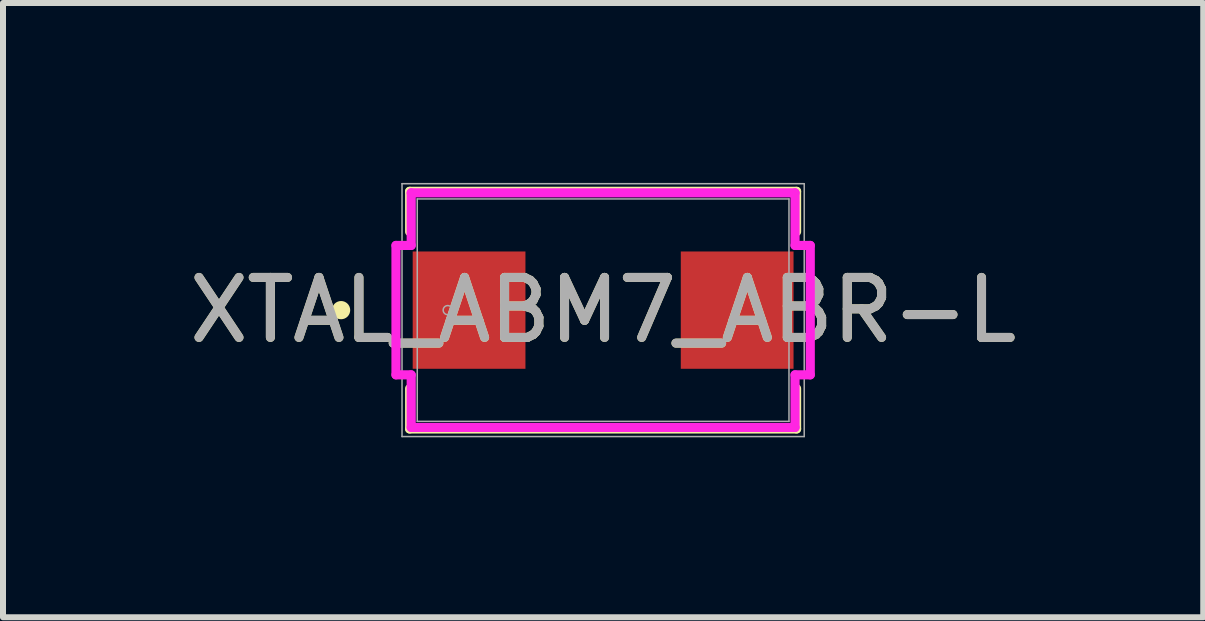
<source format=kicad_pcb>
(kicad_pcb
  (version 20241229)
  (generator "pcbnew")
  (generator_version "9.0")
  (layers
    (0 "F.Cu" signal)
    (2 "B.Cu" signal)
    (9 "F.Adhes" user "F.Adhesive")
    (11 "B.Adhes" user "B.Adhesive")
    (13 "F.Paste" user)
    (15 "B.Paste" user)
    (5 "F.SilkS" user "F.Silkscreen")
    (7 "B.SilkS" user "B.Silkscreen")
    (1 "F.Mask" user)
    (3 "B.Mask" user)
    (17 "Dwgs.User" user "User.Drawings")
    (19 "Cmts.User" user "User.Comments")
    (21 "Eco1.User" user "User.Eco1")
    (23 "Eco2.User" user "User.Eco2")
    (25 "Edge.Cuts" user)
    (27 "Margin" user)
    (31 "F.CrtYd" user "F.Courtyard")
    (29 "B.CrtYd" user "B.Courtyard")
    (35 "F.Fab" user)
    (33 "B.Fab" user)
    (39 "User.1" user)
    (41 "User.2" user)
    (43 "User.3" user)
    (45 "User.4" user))
  (footprint "XTAL_ABM7_ABR-L"
    (layer "F.Cu")
    (at 7.006 2.121)
    (property "Reference" "XTAL_ABM7_ABR-L" (at 0 0 0) (unlocked yes) (layer "F.SilkS") (effects (font (size 1 1) (thickness 0.15))))
    (attr smd)
    (fp_line (start -3.226 -1.981) (end -3.226 -1.307) (stroke (width 0.152) (type solid)) (layer "F.SilkS"))
    (fp_line (start -3.226 1.307) (end -3.226 1.981) (stroke (width 0.152) (type solid)) (layer "F.SilkS"))
    (fp_line (start -3.226 1.981) (end 3.226 1.981) (stroke (width 0.152) (type solid)) (layer "F.SilkS"))
    (fp_line (start 3.226 -1.981) (end -3.226 -1.981) (stroke (width 0.152) (type solid)) (layer "F.SilkS"))
    (fp_line (start 3.226 -1.307) (end 3.226 -1.981) (stroke (width 0.152) (type solid)) (layer "F.SilkS"))
    (fp_line (start 3.226 1.981) (end 3.226 1.307) (stroke (width 0.152) (type solid)) (layer "F.SilkS"))
    (fp_circle (center -4.369 0) (end -4.293 0) (stroke (width 0.152) (type solid)) (fill no) (layer "F.SilkS"))
    (fp_line (start -3.454 -1.079) (end -3.2 -1.079) (stroke (width 0.152) (type solid)) (layer "F.CrtYd"))
    (fp_line (start -3.454 1.079) (end -3.454 -1.079) (stroke (width 0.152) (type solid)) (layer "F.CrtYd"))
    (fp_line (start -3.2 -1.956) (end 3.2 -1.956) (stroke (width 0.152) (type solid)) (layer "F.CrtYd"))
    (fp_line (start -3.2 -1.079) (end -3.2 -1.956) (stroke (width 0.152) (type solid)) (layer "F.CrtYd"))
    (fp_line (start -3.2 1.079) (end -3.454 1.079) (stroke (width 0.152) (type solid)) (layer "F.CrtYd"))
    (fp_line (start -3.2 1.956) (end -3.2 1.079) (stroke (width 0.152) (type solid)) (layer "F.CrtYd"))
    (fp_line (start 3.2 -1.956) (end 3.2 -1.079) (stroke (width 0.152) (type solid)) (layer "F.CrtYd"))
    (fp_line (start 3.2 -1.079) (end 3.454 -1.079) (stroke (width 0.152) (type solid)) (layer "F.CrtYd"))
    (fp_line (start 3.2 1.079) (end 3.2 1.956) (stroke (width 0.152) (type solid)) (layer "F.CrtYd"))
    (fp_line (start 3.2 1.956) (end -3.2 1.956) (stroke (width 0.152) (type solid)) (layer "F.CrtYd"))
    (fp_line (start 3.454 -1.079) (end 3.454 1.079) (stroke (width 0.152) (type solid)) (layer "F.CrtYd"))
    (fp_line (start 3.454 1.079) (end 3.2 1.079) (stroke (width 0.152) (type solid)) (layer "F.CrtYd"))
    (fp_line (start -3.353 -2.108) (end 3.353 -2.108) (stroke (width 0.025) (type solid)) (layer "F.Fab"))
    (fp_line (start -3.353 2.108) (end -3.353 -2.108) (stroke (width 0.025) (type solid)) (layer "F.Fab"))
    (fp_line (start -3.099 -1.854) (end -3.099 1.854) (stroke (width 0.025) (type solid)) (layer "F.Fab"))
    (fp_line (start -3.099 1.854) (end 3.099 1.854) (stroke (width 0.025) (type solid)) (layer "F.Fab"))
    (fp_line (start 3.099 -1.854) (end -3.099 -1.854) (stroke (width 0.025) (type solid)) (layer "F.Fab"))
    (fp_line (start 3.099 1.854) (end 3.099 -1.854) (stroke (width 0.025) (type solid)) (layer "F.Fab"))
    (fp_line (start 3.353 -2.108) (end 3.353 2.108) (stroke (width 0.025) (type solid)) (layer "F.Fab"))
    (fp_line (start 3.353 2.108) (end -3.353 2.108) (stroke (width 0.025) (type solid)) (layer "F.Fab"))
    (fp_circle (center -2.591 0) (end -2.515 0) (stroke (width 0.025) (type solid)) (fill no) (layer "F.Fab"))
    (fp_text user "${REFERENCE}" (at 0 0 0) (unlocked yes) (layer "F.Fab") (effects (font (size 1 1) (thickness 0.15))))
    (pad "1" smd rect (at -2.235 0 90) (size 1.956 1.88) (layers "F.Cu" "F.Mask" "F.Paste"))
    (pad "2" smd rect (at 2.235 0 90) (size 1.956 1.88) (layers "F.Cu" "F.Mask" "F.Paste"))
    (zone (net_name "") (layer "F.Cu") (hatch full 0.508) (connect_pads) (min_thickness 0.254) (filled_areas_thickness no) (keepout (tracks not_allowed) (vias not_allowed) (pads allowed) (copperpour not_allowed) (footprints allowed)) (placement (enabled no)) (fill) (polygon (pts (xy 3.958 0.318) (xy 10.054 0.318) (xy 10.054 1.067) (xy 3.958 1.067))))
    (zone (net_name "") (layer "F.Cu") (hatch full 0.508) (connect_pads) (min_thickness 0.254) (filled_areas_thickness no) (keepout (tracks not_allowed) (vias not_allowed) (pads allowed) (copperpour not_allowed) (footprints allowed)) (placement (enabled no)) (fill) (polygon (pts (xy 3.958 3.175) (xy 10.054 3.175) (xy 10.054 3.924) (xy 3.958 3.924))))
    (zone (net_name "") (layer "F.Cu") (hatch full 0.508) (connect_pads) (min_thickness 0.254) (filled_areas_thickness no) (keepout (tracks not_allowed) (vias not_allowed) (pads allowed) (copperpour not_allowed) (footprints allowed)) (placement (enabled no)) (fill) (polygon (pts (xy 5.761 1.067) (xy 8.251 1.067) (xy 8.251 3.175) (xy 5.761 3.175)))))
  (gr_rect
    (start -3 -3)
    (end 17.012 7.242)
    (stroke (width 0.1) (type default))
    (fill no)
    (layer "Edge.Cuts")))
</source>
